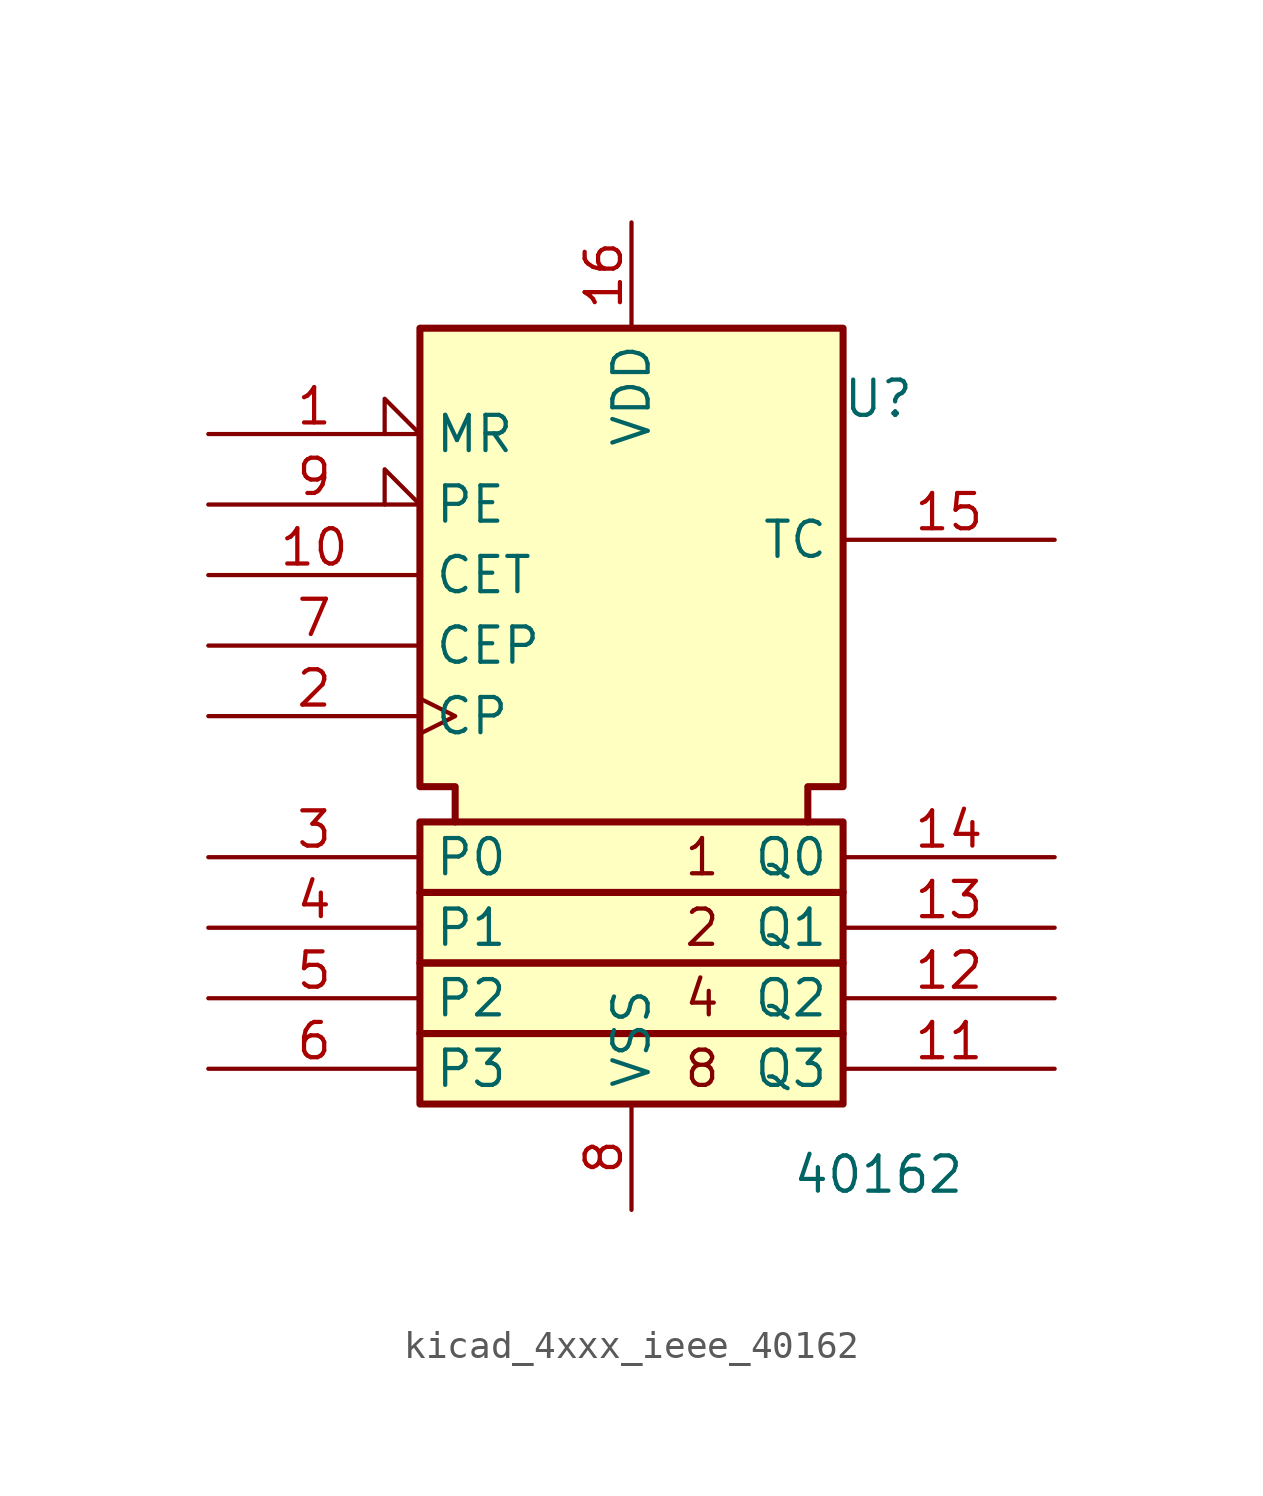
<source format=kicad_sym>
(kicad_symbol_lib
  (version 20220914)
  (generator kicad_symbol_editor)
  (symbol "kicad_4xxx_ieee_40162"
    (property "Reference" "U"
      (at 8.89 8.89 0)
      (effects (font (size 1.27 1.27))))
    (property "Value" "40162"
      (at 8.89 -19.05 0)
      (effects (font (size 1.27 1.27))))
    (symbol "kicad_4xxx_ieee_40162_0_0"
      (rectangle (start -7.62 -13.97) (end 7.62 -16.51) (stroke (width 0.254) (type default)) (fill (type background)))
      (rectangle (start -7.62 -11.43) (end 7.62 -13.97) (stroke (width 0.254) (type default)) (fill (type background)))
      (rectangle (start -7.62 -8.89) (end 7.62 -11.43) (stroke (width 0.254) (type default)) (fill (type background)))
      (rectangle (start -7.62 -6.35) (end 7.62 -8.89) (stroke (width 0.254) (type default)) (fill (type background)))
      (polyline (pts (xy -6.35 -6.35) (xy -6.35 -5.08) (xy -7.62 -5.08) (xy -7.62 11.43) (xy 7.62 11.43) (xy 7.62 -5.08) (xy 6.35 -5.08) (xy 6.35 -6.35) (xy 6.35 -6.35)) (stroke (width 0.254) (type default)) (fill (type background)))
      (text "1" (at 2.54 -7.62 0) (effects (font (size 1.27 1.27))))
      (text "2" (at 2.54 -10.16 0) (effects (font (size 1.27 1.27))))
      (text "4" (at 2.54 -12.7 0) (effects (font (size 1.27 1.27))))
      (text "8" (at 2.54 -15.24 0) (effects (font (size 1.27 1.27)))))
    (symbol "kicad_4xxx_ieee_40162_1_1"
      (pin input input_low (at -15.24 7.62 0) (length 7.62) (name "MR" (effects (font (size 1.27 1.27)))) (number "1" (effects (font (size 1.27 1.27)))))
      (pin input line (at -15.24 2.54 0) (length 7.62) (name "CET" (effects (font (size 1.27 1.27)))) (number "10" (effects (font (size 1.27 1.27)))))
      (pin output line (at 15.24 -15.24 180) (length 7.62) (name "Q3" (effects (font (size 1.27 1.27)))) (number "11" (effects (font (size 1.27 1.27)))))
      (pin output line (at 15.24 -12.7 180) (length 7.62) (name "Q2" (effects (font (size 1.27 1.27)))) (number "12" (effects (font (size 1.27 1.27)))))
      (pin output line (at 15.24 -10.16 180) (length 7.62) (name "Q1" (effects (font (size 1.27 1.27)))) (number "13" (effects (font (size 1.27 1.27)))))
      (pin output line (at 15.24 -7.62 180) (length 7.62) (name "Q0" (effects (font (size 1.27 1.27)))) (number "14" (effects (font (size 1.27 1.27)))))
      (pin output line (at 15.24 3.81 180) (length 7.62) (name "TC" (effects (font (size 1.27 1.27)))) (number "15" (effects (font (size 1.27 1.27)))))
      (pin power_in line (at 0 15.24 270) (length 3.81) (name "VDD" (effects (font (size 1.27 1.27)))) (number "16" (effects (font (size 1.27 1.27)))))
      (pin input clock (at -15.24 -2.54 0) (length 7.62) (name "CP" (effects (font (size 1.27 1.27)))) (number "2" (effects (font (size 1.27 1.27)))))
      (pin input line (at -15.24 -7.62 0) (length 7.62) (name "P0" (effects (font (size 1.27 1.27)))) (number "3" (effects (font (size 1.27 1.27)))))
      (pin input line (at -15.24 -10.16 0) (length 7.62) (name "P1" (effects (font (size 1.27 1.27)))) (number "4" (effects (font (size 1.27 1.27)))))
      (pin input line (at -15.24 -12.7 0) (length 7.62) (name "P2" (effects (font (size 1.27 1.27)))) (number "5" (effects (font (size 1.27 1.27)))))
      (pin input line (at -15.24 -15.24 0) (length 7.62) (name "P3" (effects (font (size 1.27 1.27)))) (number "6" (effects (font (size 1.27 1.27)))))
      (pin input line (at -15.24 0 0) (length 7.62) (name "CEP" (effects (font (size 1.27 1.27)))) (number "7" (effects (font (size 1.27 1.27)))))
      (pin power_in line (at 0 -20.32 90) (length 3.81) (name "VSS" (effects (font (size 1.27 1.27)))) (number "8" (effects (font (size 1.27 1.27)))))
      (pin input input_low (at -15.24 5.08 0) (length 7.62) (name "PE" (effects (font (size 1.27 1.27)))) (number "9" (effects (font (size 1.27 1.27))))))))
</source>
